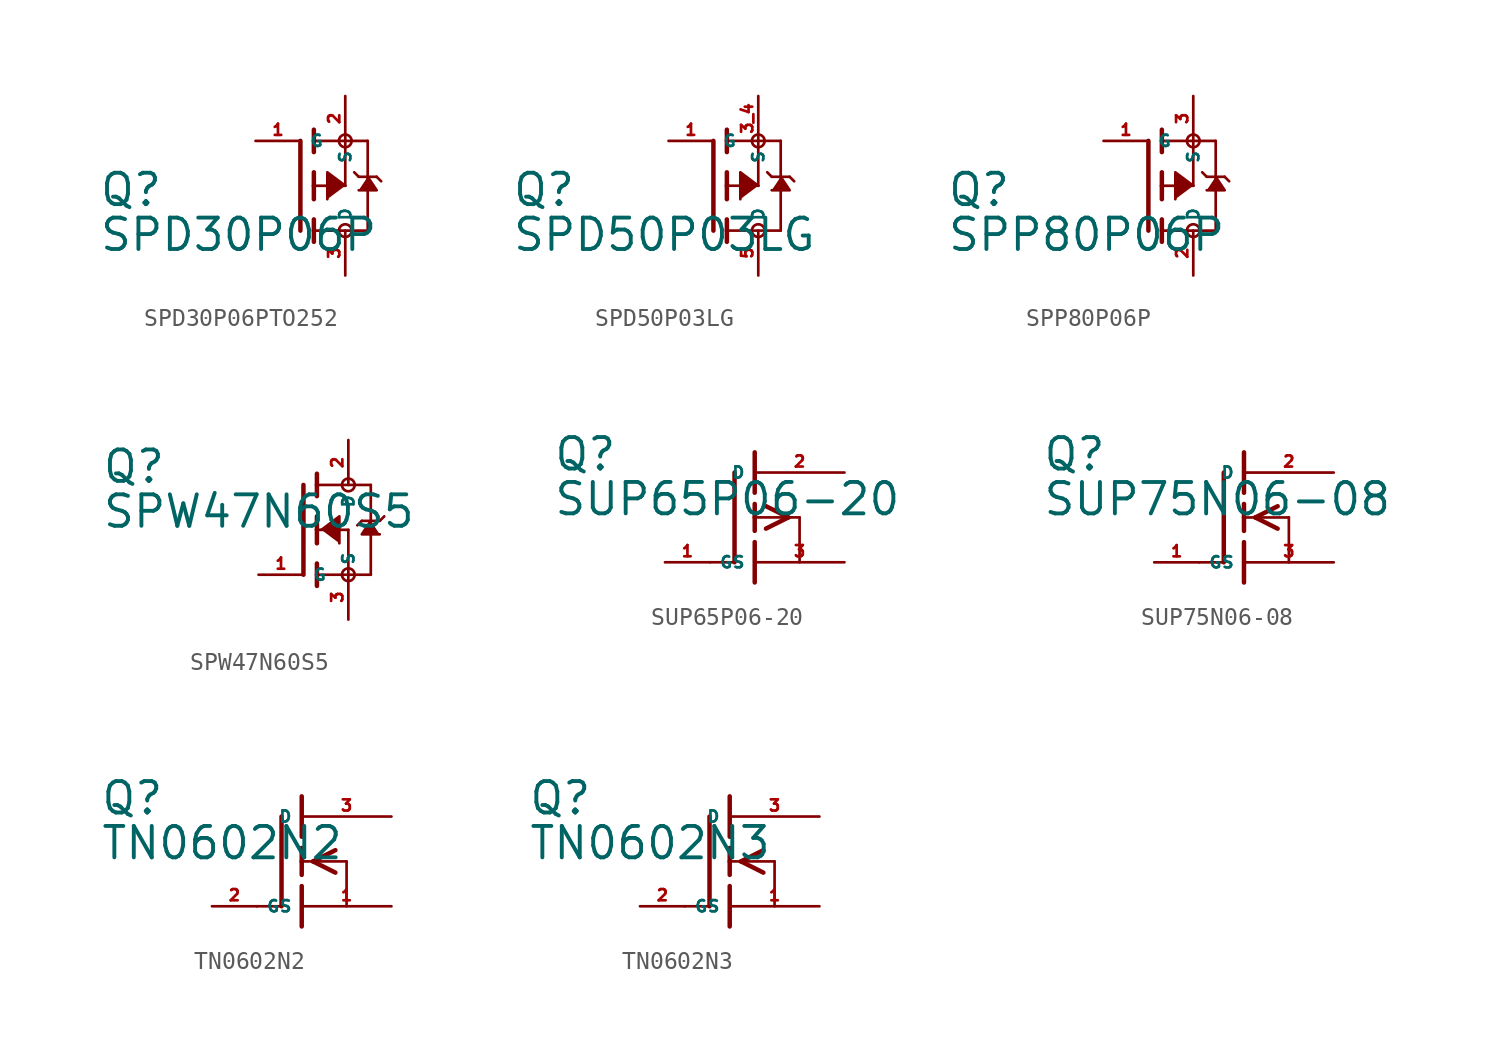
<source format=kicad_sym>
(kicad_symbol_lib
  (version 20220914)
  (generator Eagle2Kicad)
  (symbol "SPD30P06PTO252"
    (property "Reference" "Q"
      (at -11.43 -1.27 0)
      (effects (font (size 1.778 1.778) (thickness 0.22)) (justify left bottom)))
    (property "Value" "SPD30P06P"
      (at -11.43 -3.81 0)
      (effects (font (size 1.778 1.778) (thickness 0.22)) (justify left bottom)))
    (polyline
      (pts (xy 3.81 0.508) (xy 4.318 -0.254) (xy 3.302 -0.254))
      (stroke (width 0.152) (type default))
      (fill (type outline)))
    (polyline
      (pts (xy 2.54 0) (xy 1.524 0.762) (xy 1.524 -0.762))
      (stroke (width 0.152) (type default))
      (fill (type outline)))
    (polyline
      (pts (xy 0.762 -0.762) (xy 0.762 0))
      (stroke (width 0.254) (type default))
      (fill (type none)))
    (polyline
      (pts (xy 0.762 0) (xy 0.762 0.762))
      (stroke (width 0.254) (type default))
      (fill (type none)))
    (polyline
      (pts (xy 0.762 -3.175) (xy 0.762 -2.54))
      (stroke (width 0.254) (type default))
      (fill (type none)))
    (polyline
      (pts (xy 0.762 -2.54) (xy 0.762 -1.905))
      (stroke (width 0.254) (type default))
      (fill (type none)))
    (polyline
      (pts (xy 0.762 0) (xy 2.54 0))
      (stroke (width 0.152) (type default))
      (fill (type none)))
    (polyline
      (pts (xy 2.54 0) (xy 2.54 2.54))
      (stroke (width 0.152) (type default))
      (fill (type none)))
    (polyline
      (pts (xy 0.762 1.905) (xy 0.762 2.54))
      (stroke (width 0.254) (type default))
      (fill (type none)))
    (polyline
      (pts (xy 0.762 2.54) (xy 0.762 3.175))
      (stroke (width 0.254) (type default))
      (fill (type none)))
    (polyline
      (pts (xy 0 -2.54) (xy 0 2.54))
      (stroke (width 0.254) (type default))
      (fill (type none)))
    (polyline
      (pts (xy 2.54 2.54) (xy 0.762 2.54))
      (stroke (width 0.152) (type default))
      (fill (type none)))
    (polyline
      (pts (xy 3.81 -2.54) (xy 3.81 0.508))
      (stroke (width 0.152) (type default))
      (fill (type none)))
    (polyline
      (pts (xy 3.81 0.508) (xy 3.81 2.54))
      (stroke (width 0.152) (type default))
      (fill (type none)))
    (polyline
      (pts (xy 2.54 2.54) (xy 3.81 2.54))
      (stroke (width 0.152) (type default))
      (fill (type none)))
    (polyline
      (pts (xy 0.762 -2.54) (xy 3.81 -2.54))
      (stroke (width 0.152) (type default))
      (fill (type none)))
    (polyline
      (pts (xy 3.048 0.762) (xy 3.302 0.508))
      (stroke (width 0.152) (type default))
      (fill (type none)))
    (polyline
      (pts (xy 3.302 0.508) (xy 3.81 0.508))
      (stroke (width 0.152) (type default))
      (fill (type none)))
    (polyline
      (pts (xy 3.81 0.508) (xy 4.318 0.508))
      (stroke (width 0.152) (type default))
      (fill (type none)))
    (polyline
      (pts (xy 4.318 0.508) (xy 4.572 0.254))
      (stroke (width 0.152) (type default))
      (fill (type none)))
    (circle
      (center 2.54 2.54)
      (radius 0.359)
      (stroke (width 0) (type default))
      (fill (type none)))
    (circle
      (center 2.54 -2.54)
      (radius 0.359)
      (stroke (width 0) (type default))
      (fill (type none)))
    (pin passive line
      (at 2.54 5.08 270)
      (length 2.54)
      (name "S" (effects (font (size 0.635 0.635) (thickness 0.08)) (justify left bottom)))
      (number "2" (effects (font (size 0.635 0.635) (thickness 0.08)) (justify left bottom))))
    (pin passive line
      (at -2.54 2.54 0)
      (length 2.54)
      (name "G" (effects (font (size 0.635 0.635) (thickness 0.08)) (justify left bottom)))
      (number "1" (effects (font (size 0.635 0.635) (thickness 0.08)) (justify left bottom))))
    (pin passive line
      (at 2.54 -5.08 90)
      (length 2.54)
      (name "D" (effects (font (size 0.635 0.635) (thickness 0.08)) (justify left bottom)))
      (number "3" (effects (font (size 0.635 0.635) (thickness 0.08)) (justify left bottom)))))
  (symbol "SPD50P03LG"
    (property "Reference" "Q"
      (at -11.43 -1.27 0)
      (effects (font (size 1.778 1.778) (thickness 0.22)) (justify left bottom)))
    (property "Value" "SPD50P03LG"
      (at -11.43 -3.81 0)
      (effects (font (size 1.778 1.778) (thickness 0.22)) (justify left bottom)))
    (polyline
      (pts (xy 3.81 0.508) (xy 4.318 -0.254) (xy 3.302 -0.254))
      (stroke (width 0.152) (type default))
      (fill (type outline)))
    (polyline
      (pts (xy 2.54 0) (xy 1.524 0.762) (xy 1.524 -0.762))
      (stroke (width 0.152) (type default))
      (fill (type outline)))
    (polyline
      (pts (xy 0.762 -0.762) (xy 0.762 0))
      (stroke (width 0.254) (type default))
      (fill (type none)))
    (polyline
      (pts (xy 0.762 0) (xy 0.762 0.762))
      (stroke (width 0.254) (type default))
      (fill (type none)))
    (polyline
      (pts (xy 0.762 -3.175) (xy 0.762 -2.54))
      (stroke (width 0.254) (type default))
      (fill (type none)))
    (polyline
      (pts (xy 0.762 -2.54) (xy 0.762 -1.905))
      (stroke (width 0.254) (type default))
      (fill (type none)))
    (polyline
      (pts (xy 0.762 0) (xy 2.54 0))
      (stroke (width 0.152) (type default))
      (fill (type none)))
    (polyline
      (pts (xy 2.54 0) (xy 2.54 2.54))
      (stroke (width 0.152) (type default))
      (fill (type none)))
    (polyline
      (pts (xy 0.762 1.905) (xy 0.762 2.54))
      (stroke (width 0.254) (type default))
      (fill (type none)))
    (polyline
      (pts (xy 0.762 2.54) (xy 0.762 3.175))
      (stroke (width 0.254) (type default))
      (fill (type none)))
    (polyline
      (pts (xy 0 -2.54) (xy 0 2.54))
      (stroke (width 0.254) (type default))
      (fill (type none)))
    (polyline
      (pts (xy 2.54 2.54) (xy 0.762 2.54))
      (stroke (width 0.152) (type default))
      (fill (type none)))
    (polyline
      (pts (xy 3.81 -2.54) (xy 3.81 0.508))
      (stroke (width 0.152) (type default))
      (fill (type none)))
    (polyline
      (pts (xy 3.81 0.508) (xy 3.81 2.54))
      (stroke (width 0.152) (type default))
      (fill (type none)))
    (polyline
      (pts (xy 2.54 2.54) (xy 3.81 2.54))
      (stroke (width 0.152) (type default))
      (fill (type none)))
    (polyline
      (pts (xy 0.762 -2.54) (xy 3.81 -2.54))
      (stroke (width 0.152) (type default))
      (fill (type none)))
    (polyline
      (pts (xy 3.048 0.762) (xy 3.302 0.508))
      (stroke (width 0.152) (type default))
      (fill (type none)))
    (polyline
      (pts (xy 3.302 0.508) (xy 3.81 0.508))
      (stroke (width 0.152) (type default))
      (fill (type none)))
    (polyline
      (pts (xy 3.81 0.508) (xy 4.318 0.508))
      (stroke (width 0.152) (type default))
      (fill (type none)))
    (polyline
      (pts (xy 4.318 0.508) (xy 4.572 0.254))
      (stroke (width 0.152) (type default))
      (fill (type none)))
    (circle
      (center 2.54 2.54)
      (radius 0.359)
      (stroke (width 0) (type default))
      (fill (type none)))
    (circle
      (center 2.54 -2.54)
      (radius 0.359)
      (stroke (width 0) (type default))
      (fill (type none)))
    (pin passive line
      (at 2.54 5.08 270)
      (length 2.54)
      (name "S" (effects (font (size 0.635 0.635) (thickness 0.08)) (justify left bottom)))
      (number "3 4" (effects (font (size 0.635 0.635) (thickness 0.08)) (justify left bottom))))
    (pin passive line
      (at -2.54 2.54 0)
      (length 2.54)
      (name "G" (effects (font (size 0.635 0.635) (thickness 0.08)) (justify left bottom)))
      (number "1" (effects (font (size 0.635 0.635) (thickness 0.08)) (justify left bottom))))
    (pin passive line
      (at 2.54 -5.08 90)
      (length 2.54)
      (name "D" (effects (font (size 0.635 0.635) (thickness 0.08)) (justify left bottom)))
      (number "5" (effects (font (size 0.635 0.635) (thickness 0.08)) (justify left bottom)))))
  (symbol "SPP80P06P"
    (property "Reference" "Q"
      (at -11.43 -1.27 0)
      (effects (font (size 1.778 1.778) (thickness 0.22)) (justify left bottom)))
    (property "Value" "SPP80P06P"
      (at -11.43 -3.81 0)
      (effects (font (size 1.778 1.778) (thickness 0.22)) (justify left bottom)))
    (polyline
      (pts (xy 3.81 0.508) (xy 4.318 -0.254) (xy 3.302 -0.254))
      (stroke (width 0.152) (type default))
      (fill (type outline)))
    (polyline
      (pts (xy 2.54 0) (xy 1.524 0.762) (xy 1.524 -0.762))
      (stroke (width 0.152) (type default))
      (fill (type outline)))
    (polyline
      (pts (xy 0.762 -0.762) (xy 0.762 0))
      (stroke (width 0.254) (type default))
      (fill (type none)))
    (polyline
      (pts (xy 0.762 0) (xy 0.762 0.762))
      (stroke (width 0.254) (type default))
      (fill (type none)))
    (polyline
      (pts (xy 0.762 -3.175) (xy 0.762 -2.54))
      (stroke (width 0.254) (type default))
      (fill (type none)))
    (polyline
      (pts (xy 0.762 -2.54) (xy 0.762 -1.905))
      (stroke (width 0.254) (type default))
      (fill (type none)))
    (polyline
      (pts (xy 0.762 0) (xy 2.54 0))
      (stroke (width 0.152) (type default))
      (fill (type none)))
    (polyline
      (pts (xy 2.54 0) (xy 2.54 2.54))
      (stroke (width 0.152) (type default))
      (fill (type none)))
    (polyline
      (pts (xy 0.762 1.905) (xy 0.762 2.54))
      (stroke (width 0.254) (type default))
      (fill (type none)))
    (polyline
      (pts (xy 0.762 2.54) (xy 0.762 3.175))
      (stroke (width 0.254) (type default))
      (fill (type none)))
    (polyline
      (pts (xy 0 -2.54) (xy 0 2.54))
      (stroke (width 0.254) (type default))
      (fill (type none)))
    (polyline
      (pts (xy 2.54 2.54) (xy 0.762 2.54))
      (stroke (width 0.152) (type default))
      (fill (type none)))
    (polyline
      (pts (xy 3.81 -2.54) (xy 3.81 0.508))
      (stroke (width 0.152) (type default))
      (fill (type none)))
    (polyline
      (pts (xy 3.81 0.508) (xy 3.81 2.54))
      (stroke (width 0.152) (type default))
      (fill (type none)))
    (polyline
      (pts (xy 2.54 2.54) (xy 3.81 2.54))
      (stroke (width 0.152) (type default))
      (fill (type none)))
    (polyline
      (pts (xy 0.762 -2.54) (xy 3.81 -2.54))
      (stroke (width 0.152) (type default))
      (fill (type none)))
    (polyline
      (pts (xy 3.048 0.762) (xy 3.302 0.508))
      (stroke (width 0.152) (type default))
      (fill (type none)))
    (polyline
      (pts (xy 3.302 0.508) (xy 3.81 0.508))
      (stroke (width 0.152) (type default))
      (fill (type none)))
    (polyline
      (pts (xy 3.81 0.508) (xy 4.318 0.508))
      (stroke (width 0.152) (type default))
      (fill (type none)))
    (polyline
      (pts (xy 4.318 0.508) (xy 4.572 0.254))
      (stroke (width 0.152) (type default))
      (fill (type none)))
    (circle
      (center 2.54 2.54)
      (radius 0.359)
      (stroke (width 0) (type default))
      (fill (type none)))
    (circle
      (center 2.54 -2.54)
      (radius 0.359)
      (stroke (width 0) (type default))
      (fill (type none)))
    (pin passive line
      (at 2.54 5.08 270)
      (length 2.54)
      (name "S" (effects (font (size 0.635 0.635) (thickness 0.08)) (justify left bottom)))
      (number "3" (effects (font (size 0.635 0.635) (thickness 0.08)) (justify left bottom))))
    (pin passive line
      (at -2.54 2.54 0)
      (length 2.54)
      (name "G" (effects (font (size 0.635 0.635) (thickness 0.08)) (justify left bottom)))
      (number "1" (effects (font (size 0.635 0.635) (thickness 0.08)) (justify left bottom))))
    (pin passive line
      (at 2.54 -5.08 90)
      (length 2.54)
      (name "D" (effects (font (size 0.635 0.635) (thickness 0.08)) (justify left bottom)))
      (number "2" (effects (font (size 0.635 0.635) (thickness 0.08)) (justify left bottom)))))
  (symbol "SPW47N60S5"
    (property "Reference" "Q"
      (at -11.43 2.54 0)
      (effects (font (size 1.778 1.778) (thickness 0.22)) (justify left bottom)))
    (property "Value" "SPW47N60S5"
      (at -11.43 0 0)
      (effects (font (size 1.778 1.778) (thickness 0.22)) (justify left bottom)))
    (polyline
      (pts (xy 3.81 0.508) (xy 3.302 -0.254) (xy 4.318 -0.254))
      (stroke (width 0.152) (type default))
      (fill (type outline)))
    (polyline
      (pts (xy 1.016 0) (xy 2.032 0.762) (xy 2.032 -0.762))
      (stroke (width 0.152) (type default))
      (fill (type outline)))
    (polyline
      (pts (xy 0.762 0.762) (xy 0.762 0))
      (stroke (width 0.254) (type default))
      (fill (type none)))
    (polyline
      (pts (xy 0.762 0) (xy 0.762 -0.762))
      (stroke (width 0.254) (type default))
      (fill (type none)))
    (polyline
      (pts (xy 0.762 3.175) (xy 0.762 2.54))
      (stroke (width 0.254) (type default))
      (fill (type none)))
    (polyline
      (pts (xy 0.762 2.54) (xy 0.762 1.905))
      (stroke (width 0.254) (type default))
      (fill (type none)))
    (polyline
      (pts (xy 0.762 0) (xy 2.54 0))
      (stroke (width 0.152) (type default))
      (fill (type none)))
    (polyline
      (pts (xy 2.54 0) (xy 2.54 -2.54))
      (stroke (width 0.152) (type default))
      (fill (type none)))
    (polyline
      (pts (xy 0.762 -1.905) (xy 0.762 -2.54))
      (stroke (width 0.254) (type default))
      (fill (type none)))
    (polyline
      (pts (xy 0.762 -2.54) (xy 0.762 -3.175))
      (stroke (width 0.254) (type default))
      (fill (type none)))
    (polyline
      (pts (xy 0 2.54) (xy 0 -2.54))
      (stroke (width 0.254) (type default))
      (fill (type none)))
    (polyline
      (pts (xy 2.54 -2.54) (xy 0.762 -2.54))
      (stroke (width 0.152) (type default))
      (fill (type none)))
    (polyline
      (pts (xy 3.81 2.54) (xy 3.81 0.508))
      (stroke (width 0.152) (type default))
      (fill (type none)))
    (polyline
      (pts (xy 3.81 0.508) (xy 3.81 -2.54))
      (stroke (width 0.152) (type default))
      (fill (type none)))
    (polyline
      (pts (xy 2.54 -2.54) (xy 3.81 -2.54))
      (stroke (width 0.152) (type default))
      (fill (type none)))
    (polyline
      (pts (xy 0.762 2.54) (xy 3.81 2.54))
      (stroke (width 0.152) (type default))
      (fill (type none)))
    (polyline
      (pts (xy 4.572 0.762) (xy 4.318 0.508))
      (stroke (width 0.152) (type default))
      (fill (type none)))
    (polyline
      (pts (xy 4.318 0.508) (xy 3.81 0.508))
      (stroke (width 0.152) (type default))
      (fill (type none)))
    (polyline
      (pts (xy 3.81 0.508) (xy 3.302 0.508))
      (stroke (width 0.152) (type default))
      (fill (type none)))
    (polyline
      (pts (xy 3.302 0.508) (xy 3.048 0.254))
      (stroke (width 0.152) (type default))
      (fill (type none)))
    (circle
      (center 2.54 -2.54)
      (radius 0.359)
      (stroke (width 0) (type default))
      (fill (type none)))
    (circle
      (center 2.54 2.54)
      (radius 0.359)
      (stroke (width 0) (type default))
      (fill (type none)))
    (pin passive line
      (at 2.54 -5.08 90)
      (length 2.54)
      (name "S" (effects (font (size 0.635 0.635) (thickness 0.08)) (justify left bottom)))
      (number "3" (effects (font (size 0.635 0.635) (thickness 0.08)) (justify left bottom))))
    (pin passive line
      (at -2.54 -2.54 0)
      (length 2.54)
      (name "G" (effects (font (size 0.635 0.635) (thickness 0.08)) (justify left bottom)))
      (number "1" (effects (font (size 0.635 0.635) (thickness 0.08)) (justify left bottom))))
    (pin passive line
      (at 2.54 5.08 270)
      (length 2.54)
      (name "D" (effects (font (size 0.635 0.635) (thickness 0.08)) (justify left bottom)))
      (number "2" (effects (font (size 0.635 0.635) (thickness 0.08)) (justify left bottom)))))
  (symbol "SUP65P06-20"
    (property "Reference" "Q"
      (at -11.43 2.54 0)
      (effects (font (size 1.778 1.778) (thickness 0.22)) (justify left bottom)))
    (property "Value" "SUP65P06-20"
      (at -11.43 0 0)
      (effects (font (size 1.778 1.778) (thickness 0.22)) (justify left bottom)))
    (polyline
      (pts (xy -2.54 -2.54) (xy -1.219 -2.54))
      (stroke (width 0.152) (type default))
      (fill (type none)))
    (polyline
      (pts (xy 0 0.762) (xy 0 0))
      (stroke (width 0.254) (type default))
      (fill (type none)))
    (polyline
      (pts (xy 0 0) (xy 0 -0.762))
      (stroke (width 0.254) (type default))
      (fill (type none)))
    (polyline
      (pts (xy 0 3.683) (xy 0 1.397))
      (stroke (width 0.254) (type default))
      (fill (type none)))
    (polyline
      (pts (xy 0.635 0.635) (xy 1.905 0))
      (stroke (width 0.254) (type default))
      (fill (type none)))
    (polyline
      (pts (xy 0.635 -0.635) (xy 1.905 0))
      (stroke (width 0.254) (type default))
      (fill (type none)))
    (polyline
      (pts (xy 0 0) (xy 1.905 0))
      (stroke (width 0.152) (type default))
      (fill (type none)))
    (polyline
      (pts (xy 1.905 0) (xy 2.54 0))
      (stroke (width 0.152) (type default))
      (fill (type none)))
    (polyline
      (pts (xy 2.54 0) (xy 2.54 -2.54))
      (stroke (width 0.152) (type default))
      (fill (type none)))
    (polyline
      (pts (xy 0 -1.397) (xy 0 -3.683))
      (stroke (width 0.254) (type default))
      (fill (type none)))
    (polyline
      (pts (xy -1.143 2.54) (xy -1.143 -2.54))
      (stroke (width 0.254) (type default))
      (fill (type none)))
    (pin passive line
      (at 5.08 2.54 180)
      (length 5.08)
      (name "D" (effects (font (size 0.635 0.635) (thickness 0.08)) (justify left bottom)))
      (number "2" (effects (font (size 0.635 0.635) (thickness 0.08)) (justify left bottom))))
    (pin passive line
      (at 5.08 -2.54 180)
      (length 5.08)
      (name "S" (effects (font (size 0.635 0.635) (thickness 0.08)) (justify left bottom)))
      (number "3" (effects (font (size 0.635 0.635) (thickness 0.08)) (justify left bottom))))
    (pin passive line
      (at -5.08 -2.54 0)
      (length 2.54)
      (name "G" (effects (font (size 0.635 0.635) (thickness 0.08)) (justify left bottom)))
      (number "1" (effects (font (size 0.635 0.635) (thickness 0.08)) (justify left bottom)))))
  (symbol "SUP75N06-08"
    (property "Reference" "Q"
      (at -11.43 2.54 0)
      (effects (font (size 1.778 1.778) (thickness 0.22)) (justify left bottom)))
    (property "Value" "SUP75N06-08"
      (at -11.43 0 0)
      (effects (font (size 1.778 1.778) (thickness 0.22)) (justify left bottom)))
    (polyline
      (pts (xy -2.54 -2.54) (xy -1.219 -2.54))
      (stroke (width 0.152) (type default))
      (fill (type none)))
    (polyline
      (pts (xy 0 0.762) (xy 0 0))
      (stroke (width 0.254) (type default))
      (fill (type none)))
    (polyline
      (pts (xy 0 0) (xy 0 -0.762))
      (stroke (width 0.254) (type default))
      (fill (type none)))
    (polyline
      (pts (xy 0 3.683) (xy 0 1.397))
      (stroke (width 0.254) (type default))
      (fill (type none)))
    (polyline
      (pts (xy 1.905 0.635) (xy 0.635 0))
      (stroke (width 0.254) (type default))
      (fill (type none)))
    (polyline
      (pts (xy 1.905 -0.635) (xy 0.635 0))
      (stroke (width 0.254) (type default))
      (fill (type none)))
    (polyline
      (pts (xy 0 0) (xy 0.635 0))
      (stroke (width 0.152) (type default))
      (fill (type none)))
    (polyline
      (pts (xy 0.635 0) (xy 2.54 0))
      (stroke (width 0.152) (type default))
      (fill (type none)))
    (polyline
      (pts (xy 2.54 0) (xy 2.54 -2.54))
      (stroke (width 0.152) (type default))
      (fill (type none)))
    (polyline
      (pts (xy 0 -1.397) (xy 0 -3.683))
      (stroke (width 0.254) (type default))
      (fill (type none)))
    (polyline
      (pts (xy -1.143 2.54) (xy -1.143 -2.54))
      (stroke (width 0.254) (type default))
      (fill (type none)))
    (pin passive line
      (at 5.08 2.54 180)
      (length 5.08)
      (name "D" (effects (font (size 0.635 0.635) (thickness 0.08)) (justify left bottom)))
      (number "2" (effects (font (size 0.635 0.635) (thickness 0.08)) (justify left bottom))))
    (pin passive line
      (at 5.08 -2.54 180)
      (length 5.08)
      (name "S" (effects (font (size 0.635 0.635) (thickness 0.08)) (justify left bottom)))
      (number "3" (effects (font (size 0.635 0.635) (thickness 0.08)) (justify left bottom))))
    (pin passive line
      (at -5.08 -2.54 0)
      (length 2.54)
      (name "G" (effects (font (size 0.635 0.635) (thickness 0.08)) (justify left bottom)))
      (number "1" (effects (font (size 0.635 0.635) (thickness 0.08)) (justify left bottom)))))
  (symbol "TN0602N2"
    (property "Reference" "Q"
      (at -11.43 2.54 0)
      (effects (font (size 1.778 1.778) (thickness 0.22)) (justify left bottom)))
    (property "Value" "TN0602N2"
      (at -11.43 0 0)
      (effects (font (size 1.778 1.778) (thickness 0.22)) (justify left bottom)))
    (polyline
      (pts (xy -2.54 -2.54) (xy -1.219 -2.54))
      (stroke (width 0.152) (type default))
      (fill (type none)))
    (polyline
      (pts (xy 0 0.762) (xy 0 0))
      (stroke (width 0.254) (type default))
      (fill (type none)))
    (polyline
      (pts (xy 0 0) (xy 0 -0.762))
      (stroke (width 0.254) (type default))
      (fill (type none)))
    (polyline
      (pts (xy 0 3.683) (xy 0 1.397))
      (stroke (width 0.254) (type default))
      (fill (type none)))
    (polyline
      (pts (xy 1.905 0.635) (xy 0.635 0))
      (stroke (width 0.254) (type default))
      (fill (type none)))
    (polyline
      (pts (xy 1.905 -0.635) (xy 0.635 0))
      (stroke (width 0.254) (type default))
      (fill (type none)))
    (polyline
      (pts (xy 0 0) (xy 0.635 0))
      (stroke (width 0.152) (type default))
      (fill (type none)))
    (polyline
      (pts (xy 0.635 0) (xy 2.54 0))
      (stroke (width 0.152) (type default))
      (fill (type none)))
    (polyline
      (pts (xy 2.54 0) (xy 2.54 -2.54))
      (stroke (width 0.152) (type default))
      (fill (type none)))
    (polyline
      (pts (xy 0 -1.397) (xy 0 -3.683))
      (stroke (width 0.254) (type default))
      (fill (type none)))
    (polyline
      (pts (xy -1.143 2.54) (xy -1.143 -2.54))
      (stroke (width 0.254) (type default))
      (fill (type none)))
    (pin passive line
      (at 5.08 2.54 180)
      (length 5.08)
      (name "D" (effects (font (size 0.635 0.635) (thickness 0.08)) (justify left bottom)))
      (number "3" (effects (font (size 0.635 0.635) (thickness 0.08)) (justify left bottom))))
    (pin passive line
      (at 5.08 -2.54 180)
      (length 5.08)
      (name "S" (effects (font (size 0.635 0.635) (thickness 0.08)) (justify left bottom)))
      (number "1" (effects (font (size 0.635 0.635) (thickness 0.08)) (justify left bottom))))
    (pin passive line
      (at -5.08 -2.54 0)
      (length 2.54)
      (name "G" (effects (font (size 0.635 0.635) (thickness 0.08)) (justify left bottom)))
      (number "2" (effects (font (size 0.635 0.635) (thickness 0.08)) (justify left bottom)))))
  (symbol "TN0602N3"
    (property "Reference" "Q"
      (at -11.43 2.54 0)
      (effects (font (size 1.778 1.778) (thickness 0.22)) (justify left bottom)))
    (property "Value" "TN0602N3"
      (at -11.43 0 0)
      (effects (font (size 1.778 1.778) (thickness 0.22)) (justify left bottom)))
    (polyline
      (pts (xy -2.54 -2.54) (xy -1.219 -2.54))
      (stroke (width 0.152) (type default))
      (fill (type none)))
    (polyline
      (pts (xy 0 0.762) (xy 0 0))
      (stroke (width 0.254) (type default))
      (fill (type none)))
    (polyline
      (pts (xy 0 0) (xy 0 -0.762))
      (stroke (width 0.254) (type default))
      (fill (type none)))
    (polyline
      (pts (xy 0 3.683) (xy 0 1.397))
      (stroke (width 0.254) (type default))
      (fill (type none)))
    (polyline
      (pts (xy 1.905 0.635) (xy 0.635 0))
      (stroke (width 0.254) (type default))
      (fill (type none)))
    (polyline
      (pts (xy 1.905 -0.635) (xy 0.635 0))
      (stroke (width 0.254) (type default))
      (fill (type none)))
    (polyline
      (pts (xy 0 0) (xy 0.635 0))
      (stroke (width 0.152) (type default))
      (fill (type none)))
    (polyline
      (pts (xy 0.635 0) (xy 2.54 0))
      (stroke (width 0.152) (type default))
      (fill (type none)))
    (polyline
      (pts (xy 2.54 0) (xy 2.54 -2.54))
      (stroke (width 0.152) (type default))
      (fill (type none)))
    (polyline
      (pts (xy 0 -1.397) (xy 0 -3.683))
      (stroke (width 0.254) (type default))
      (fill (type none)))
    (polyline
      (pts (xy -1.143 2.54) (xy -1.143 -2.54))
      (stroke (width 0.254) (type default))
      (fill (type none)))
    (pin passive line
      (at 5.08 2.54 180)
      (length 5.08)
      (name "D" (effects (font (size 0.635 0.635) (thickness 0.08)) (justify left bottom)))
      (number "3" (effects (font (size 0.635 0.635) (thickness 0.08)) (justify left bottom))))
    (pin passive line
      (at 5.08 -2.54 180)
      (length 5.08)
      (name "S" (effects (font (size 0.635 0.635) (thickness 0.08)) (justify left bottom)))
      (number "1" (effects (font (size 0.635 0.635) (thickness 0.08)) (justify left bottom))))
    (pin passive line
      (at -5.08 -2.54 0)
      (length 2.54)
      (name "G" (effects (font (size 0.635 0.635) (thickness 0.08)) (justify left bottom)))
      (number "2" (effects (font (size 0.635 0.635) (thickness 0.08)) (justify left bottom))))))
</source>
